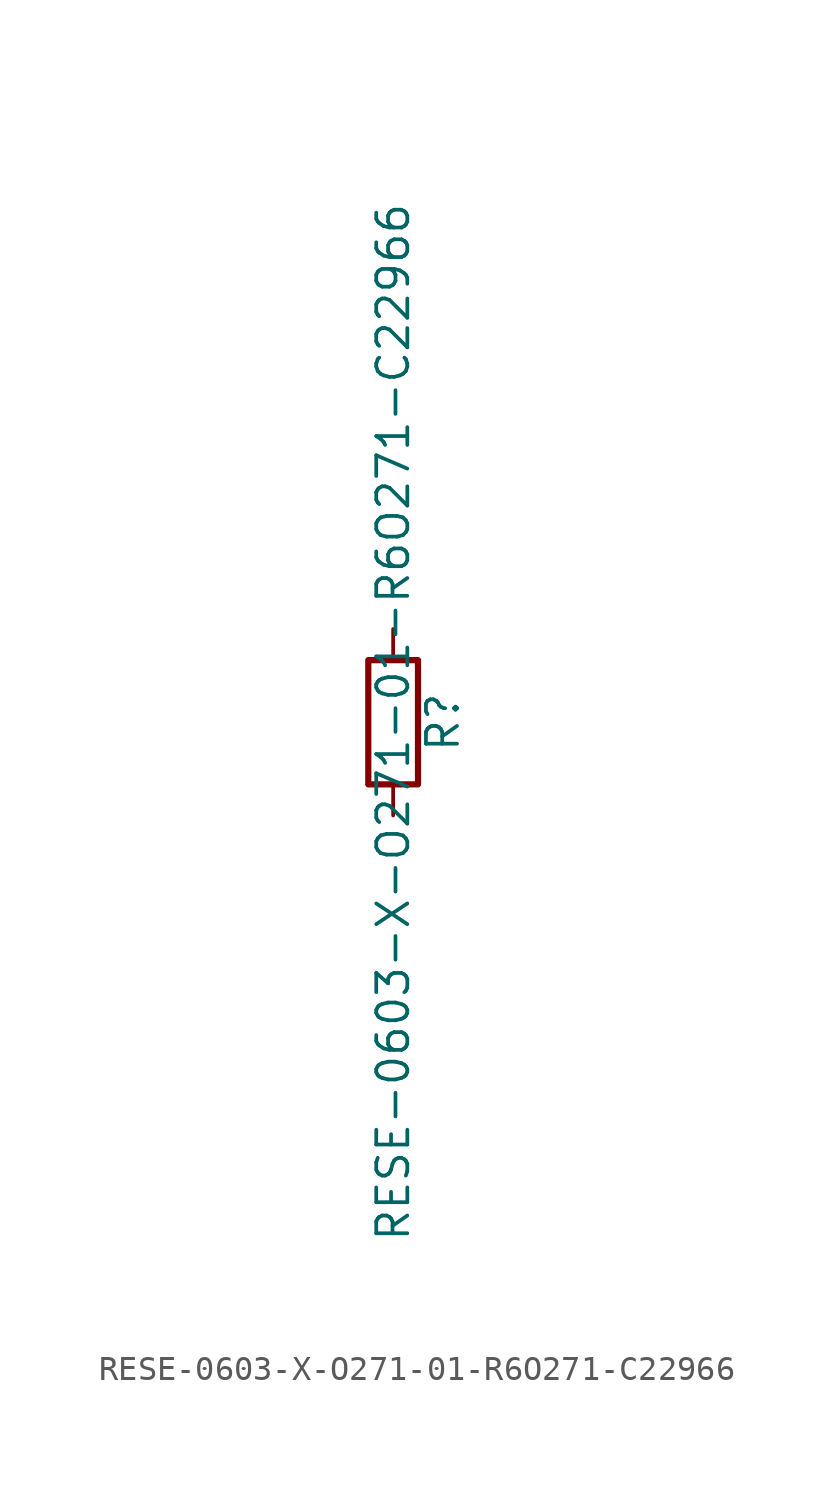
<source format=kicad_sym>
(kicad_symbol_lib
  (version 20211014)
  (generator kicad_symbol_editor)
  (symbol "RESE-0603-X-O271-01-R6O271-C22966"
    (pin_numbers hide)
    (pin_names
      (offset 0))
    (property "Reference" "R"
      (at 2.032 0 90)
      (effects (font (size 1.27 1.27))))
    (property "Value" "RESE-0603-X-O271-01-R6O271-C22966"
      (at 0 0 90)
      (effects (font (size 1.27 1.27))))
    (symbol "RESE-0603-X-O271-01-R6O271-C22966_0_1"
      (rectangle (start -1.016 -2.54) (end 1.016 2.54) (stroke (width 0.254) (type default) (color 0 0 0 0)) (fill (type none))))
    (symbol "RESE-0603-X-O271-01-R6O271-C22966_1_1"
      (pin passive line (at 0 3.81 270) (length 1.27) (name "~" (effects (font (size 1.27 1.27)))) (number "1" (effects (font (size 1.27 1.27)))))
      (pin passive line (at 0 -3.81 90) (length 1.27) (name "~" (effects (font (size 1.27 1.27)))) (number "2" (effects (font (size 1.27 1.27))))))))
</source>
